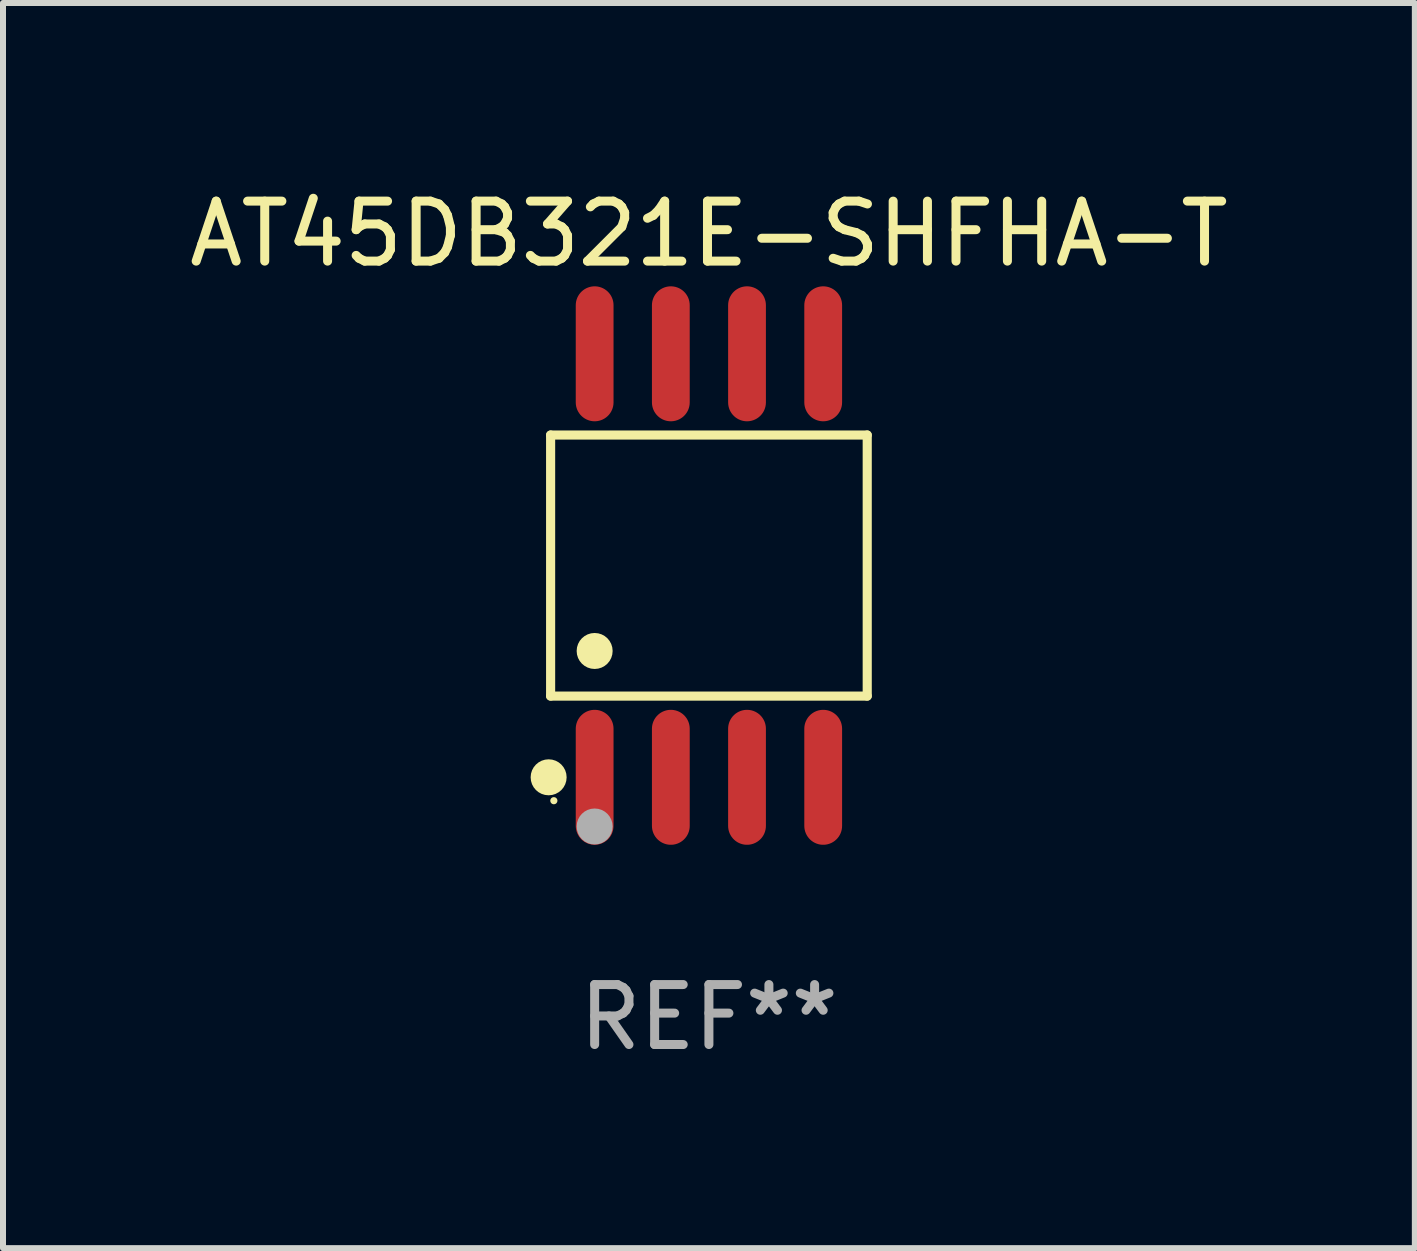
<source format=kicad_pcb>
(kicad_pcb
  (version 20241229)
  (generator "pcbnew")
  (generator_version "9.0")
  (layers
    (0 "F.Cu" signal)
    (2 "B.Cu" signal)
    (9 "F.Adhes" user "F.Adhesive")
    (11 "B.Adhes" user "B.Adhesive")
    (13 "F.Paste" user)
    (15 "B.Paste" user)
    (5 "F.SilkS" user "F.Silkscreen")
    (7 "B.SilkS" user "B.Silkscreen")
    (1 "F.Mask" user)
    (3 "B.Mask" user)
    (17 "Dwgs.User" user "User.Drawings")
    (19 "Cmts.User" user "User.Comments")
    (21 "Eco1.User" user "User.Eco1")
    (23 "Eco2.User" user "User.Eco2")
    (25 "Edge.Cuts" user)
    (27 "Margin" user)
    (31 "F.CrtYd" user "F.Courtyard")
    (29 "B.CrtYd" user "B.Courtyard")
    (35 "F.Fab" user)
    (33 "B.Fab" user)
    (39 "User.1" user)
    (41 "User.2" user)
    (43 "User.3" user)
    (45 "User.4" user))
  (footprint "AT45DB321E-SHFHA-T"
    (layer "F.Cu")
    (at 8.768 6.378)
    (property "Reference" "AT45DB321E-SHFHA-T" (at 0 -5.53 0) (layer "F.SilkS") (effects (font (size 1 1) (thickness 0.15))))
    (attr through_hole)
    (fp_line (start -2.639 -2.176) (end 2.639 -2.176) (stroke (width 0.152) (type solid)) (layer "F.SilkS"))
    (fp_line (start -2.639 2.176) (end -2.639 -2.176) (stroke (width 0.152) (type solid)) (layer "F.SilkS"))
    (fp_line (start 2.639 -2.176) (end 2.639 2.176) (stroke (width 0.152) (type solid)) (layer "F.SilkS"))
    (fp_line (start 2.639 2.176) (end -2.639 2.176) (stroke (width 0.152) (type solid)) (layer "F.SilkS"))
    (fp_circle (center -2.672 3.53) (end -2.522 3.53) (stroke (width 0.3) (type solid)) (fill no) (layer "F.SilkS"))
    (fp_circle (center -2.585 3.92) (end -2.555 3.92) (stroke (width 0.06) (type solid)) (fill no) (layer "F.SilkS"))
    (fp_circle (center -1.905 1.424) (end -1.755 1.424) (stroke (width 0.3) (type solid)) (fill no) (layer "F.SilkS"))
    (fp_circle (center -1.905 4.35) (end -1.755 4.35) (stroke (width 0.3) (type solid)) (fill no) (layer "F.Fab"))
    (fp_text user "REF**" (at 0 7.53 0) (layer "F.Fab") (effects (font (size 1 1) (thickness 0.15))))
    (pad "1" smd oval (at -1.905 3.53) (size 0.63 2.25) (layers "F.Cu" "F.Mask" "F.Paste"))
    (pad "2" smd oval (at -0.635 3.53) (size 0.63 2.25) (layers "F.Cu" "F.Mask" "F.Paste"))
    (pad "3" smd oval (at 0.635 3.53) (size 0.63 2.25) (layers "F.Cu" "F.Mask" "F.Paste"))
    (pad "4" smd oval (at 1.905 3.53) (size 0.63 2.25) (layers "F.Cu" "F.Mask" "F.Paste"))
    (pad "5" smd oval (at 1.905 -3.53) (size 0.63 2.25) (layers "F.Cu" "F.Mask" "F.Paste"))
    (pad "6" smd oval (at 0.635 -3.53) (size 0.63 2.25) (layers "F.Cu" "F.Mask" "F.Paste"))
    (pad "7" smd oval (at -0.635 -3.53) (size 0.63 2.25) (layers "F.Cu" "F.Mask" "F.Paste"))
    (pad "8" smd oval (at -1.905 -3.53) (size 0.63 2.25) (layers "F.Cu" "F.Mask" "F.Paste")))
  (gr_rect
    (start -3 -3)
    (end 20.536 17.757)
    (stroke (width 0.1) (type default))
    (fill no)
    (layer "Edge.Cuts")))
</source>
